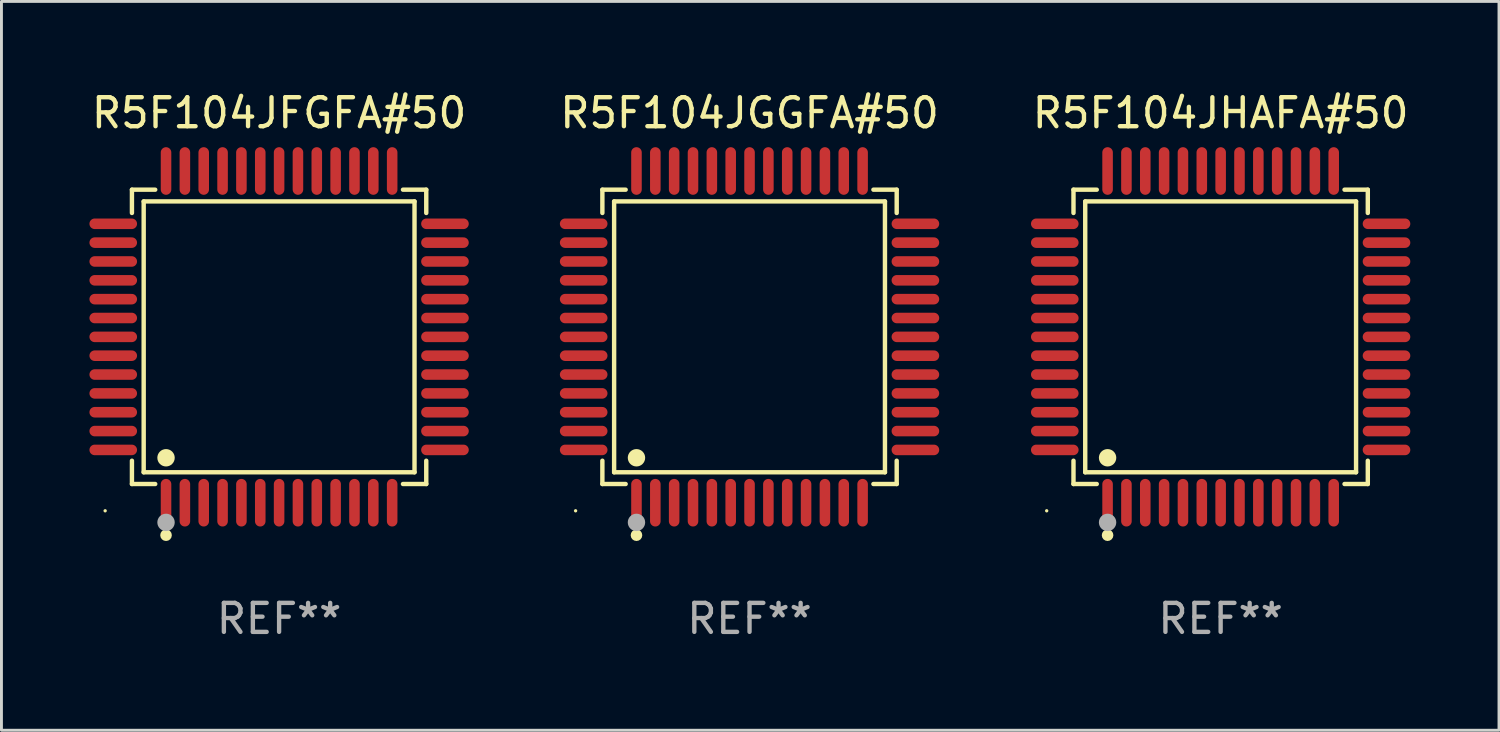
<source format=kicad_pcb>
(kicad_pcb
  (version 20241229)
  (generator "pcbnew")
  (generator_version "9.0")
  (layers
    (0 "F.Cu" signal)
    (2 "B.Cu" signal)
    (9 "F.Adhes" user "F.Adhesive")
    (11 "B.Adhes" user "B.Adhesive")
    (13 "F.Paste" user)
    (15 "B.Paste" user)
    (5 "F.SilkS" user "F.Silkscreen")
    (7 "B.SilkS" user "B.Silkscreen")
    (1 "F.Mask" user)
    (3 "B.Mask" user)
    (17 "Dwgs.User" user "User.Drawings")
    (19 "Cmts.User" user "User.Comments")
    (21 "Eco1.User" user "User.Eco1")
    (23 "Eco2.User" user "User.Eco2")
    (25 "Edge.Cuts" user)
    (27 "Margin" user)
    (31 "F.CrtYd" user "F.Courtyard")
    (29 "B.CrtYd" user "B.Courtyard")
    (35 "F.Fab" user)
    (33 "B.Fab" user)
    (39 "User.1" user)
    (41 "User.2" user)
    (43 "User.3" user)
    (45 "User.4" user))
  (footprint "R5F104JGGFA#50"
    (layer "F.Cu")
    (at 22.804 8.569)
    (property "Reference" "R5F104JGGFA#50" (at 0 -7.721 0) (layer "F.SilkS") (effects (font (size 1 1) (thickness 0.15))))
    (attr through_hole)
    (fp_line (start -5.076 -5.076) (end -4.273 -5.076) (stroke (width 0.152) (type solid)) (layer "F.SilkS"))
    (fp_line (start -5.076 -4.273) (end -5.076 -5.076) (stroke (width 0.152) (type solid)) (layer "F.SilkS"))
    (fp_line (start -5.076 4.273) (end -5.076 5.076) (stroke (width 0.152) (type solid)) (layer "F.SilkS"))
    (fp_line (start -5.076 5.076) (end -4.273 5.076) (stroke (width 0.152) (type solid)) (layer "F.SilkS"))
    (fp_line (start -4.671 -4.671) (end 4.671 -4.671) (stroke (width 0.152) (type solid)) (layer "F.SilkS"))
    (fp_line (start -4.671 4.671) (end -4.671 -4.671) (stroke (width 0.152) (type solid)) (layer "F.SilkS"))
    (fp_line (start 4.671 -4.671) (end 4.671 4.671) (stroke (width 0.152) (type solid)) (layer "F.SilkS"))
    (fp_line (start 4.671 4.671) (end -4.671 4.671) (stroke (width 0.152) (type solid)) (layer "F.SilkS"))
    (fp_line (start 5.076 -5.076) (end 4.273 -5.076) (stroke (width 0.152) (type solid)) (layer "F.SilkS"))
    (fp_line (start 5.076 -4.273) (end 5.076 -5.076) (stroke (width 0.152) (type solid)) (layer "F.SilkS"))
    (fp_line (start 5.076 4.273) (end 5.076 5.076) (stroke (width 0.152) (type solid)) (layer "F.SilkS"))
    (fp_line (start 5.076 5.076) (end 4.273 5.076) (stroke (width 0.152) (type solid)) (layer "F.SilkS"))
    (fp_circle (center -6 6) (end -5.97 6) (stroke (width 0.06) (type solid)) (fill no) (layer "F.SilkS"))
    (fp_circle (center -3.9 4.171) (end -3.75 4.171) (stroke (width 0.3) (type solid)) (fill no) (layer "F.SilkS"))
    (fp_circle (center -3.9 6.842) (end -3.8 6.842) (stroke (width 0.2) (type solid)) (fill no) (layer "F.SilkS"))
    (fp_circle (center -3.9 6.4) (end -3.75 6.4) (stroke (width 0.3) (type solid)) (fill no) (layer "F.Fab"))
    (fp_text user "REF**" (at 0 9.721 0) (layer "F.Fab") (effects (font (size 1 1) (thickness 0.15))))
    (pad "1" smd oval (at -3.9 5.721) (size 0.364 1.642) (layers "F.Cu" "F.Mask" "F.Paste"))
    (pad "2" smd oval (at -3.25 5.721) (size 0.364 1.642) (layers "F.Cu" "F.Mask" "F.Paste"))
    (pad "3" smd oval (at -2.6 5.721) (size 0.364 1.642) (layers "F.Cu" "F.Mask" "F.Paste"))
    (pad "4" smd oval (at -1.95 5.721) (size 0.364 1.642) (layers "F.Cu" "F.Mask" "F.Paste"))
    (pad "5" smd oval (at -1.3 5.721) (size 0.364 1.642) (layers "F.Cu" "F.Mask" "F.Paste"))
    (pad "6" smd oval (at -0.65 5.721) (size 0.364 1.642) (layers "F.Cu" "F.Mask" "F.Paste"))
    (pad "7" smd oval (at 0 5.721) (size 0.364 1.642) (layers "F.Cu" "F.Mask" "F.Paste"))
    (pad "8" smd oval (at 0.65 5.721) (size 0.364 1.642) (layers "F.Cu" "F.Mask" "F.Paste"))
    (pad "9" smd oval (at 1.3 5.721) (size 0.364 1.642) (layers "F.Cu" "F.Mask" "F.Paste"))
    (pad "10" smd oval (at 1.95 5.721) (size 0.364 1.642) (layers "F.Cu" "F.Mask" "F.Paste"))
    (pad "11" smd oval (at 2.6 5.721) (size 0.364 1.642) (layers "F.Cu" "F.Mask" "F.Paste"))
    (pad "12" smd oval (at 3.25 5.721) (size 0.364 1.642) (layers "F.Cu" "F.Mask" "F.Paste"))
    (pad "13" smd oval (at 3.9 5.721) (size 0.364 1.642) (layers "F.Cu" "F.Mask" "F.Paste"))
    (pad "14" smd oval (at 5.721 3.9) (size 1.642 0.364) (layers "F.Cu" "F.Mask" "F.Paste"))
    (pad "15" smd oval (at 5.721 3.25) (size 1.642 0.364) (layers "F.Cu" "F.Mask" "F.Paste"))
    (pad "16" smd oval (at 5.721 2.6) (size 1.642 0.364) (layers "F.Cu" "F.Mask" "F.Paste"))
    (pad "17" smd oval (at 5.721 1.95) (size 1.642 0.364) (layers "F.Cu" "F.Mask" "F.Paste"))
    (pad "18" smd oval (at 5.721 1.3) (size 1.642 0.364) (layers "F.Cu" "F.Mask" "F.Paste"))
    (pad "19" smd oval (at 5.721 0.65) (size 1.642 0.364) (layers "F.Cu" "F.Mask" "F.Paste"))
    (pad "20" smd oval (at 5.721 0) (size 1.642 0.364) (layers "F.Cu" "F.Mask" "F.Paste"))
    (pad "21" smd oval (at 5.721 -0.65) (size 1.642 0.364) (layers "F.Cu" "F.Mask" "F.Paste"))
    (pad "22" smd oval (at 5.721 -1.3) (size 1.642 0.364) (layers "F.Cu" "F.Mask" "F.Paste"))
    (pad "23" smd oval (at 5.721 -1.95) (size 1.642 0.364) (layers "F.Cu" "F.Mask" "F.Paste"))
    (pad "24" smd oval (at 5.721 -2.6) (size 1.642 0.364) (layers "F.Cu" "F.Mask" "F.Paste"))
    (pad "25" smd oval (at 5.721 -3.25) (size 1.642 0.364) (layers "F.Cu" "F.Mask" "F.Paste"))
    (pad "26" smd oval (at 5.721 -3.9) (size 1.642 0.364) (layers "F.Cu" "F.Mask" "F.Paste"))
    (pad "27" smd oval (at 3.9 -5.721) (size 0.364 1.642) (layers "F.Cu" "F.Mask" "F.Paste"))
    (pad "28" smd oval (at 3.25 -5.721) (size 0.364 1.642) (layers "F.Cu" "F.Mask" "F.Paste"))
    (pad "29" smd oval (at 2.6 -5.721) (size 0.364 1.642) (layers "F.Cu" "F.Mask" "F.Paste"))
    (pad "30" smd oval (at 1.95 -5.721) (size 0.364 1.642) (layers "F.Cu" "F.Mask" "F.Paste"))
    (pad "31" smd oval (at 1.3 -5.721) (size 0.364 1.642) (layers "F.Cu" "F.Mask" "F.Paste"))
    (pad "32" smd oval (at 0.65 -5.721) (size 0.364 1.642) (layers "F.Cu" "F.Mask" "F.Paste"))
    (pad "33" smd oval (at 0 -5.721) (size 0.364 1.642) (layers "F.Cu" "F.Mask" "F.Paste"))
    (pad "34" smd oval (at -0.65 -5.721) (size 0.364 1.642) (layers "F.Cu" "F.Mask" "F.Paste"))
    (pad "35" smd oval (at -1.3 -5.721) (size 0.364 1.642) (layers "F.Cu" "F.Mask" "F.Paste"))
    (pad "36" smd oval (at -1.95 -5.721) (size 0.364 1.642) (layers "F.Cu" "F.Mask" "F.Paste"))
    (pad "37" smd oval (at -2.6 -5.721) (size 0.364 1.642) (layers "F.Cu" "F.Mask" "F.Paste"))
    (pad "38" smd oval (at -3.25 -5.721) (size 0.364 1.642) (layers "F.Cu" "F.Mask" "F.Paste"))
    (pad "39" smd oval (at -3.9 -5.721) (size 0.364 1.642) (layers "F.Cu" "F.Mask" "F.Paste"))
    (pad "40" smd oval (at -5.721 -3.9) (size 1.642 0.364) (layers "F.Cu" "F.Mask" "F.Paste"))
    (pad "41" smd oval (at -5.721 -3.25) (size 1.642 0.364) (layers "F.Cu" "F.Mask" "F.Paste"))
    (pad "42" smd oval (at -5.721 -2.6) (size 1.642 0.364) (layers "F.Cu" "F.Mask" "F.Paste"))
    (pad "43" smd oval (at -5.721 -1.95) (size 1.642 0.364) (layers "F.Cu" "F.Mask" "F.Paste"))
    (pad "44" smd oval (at -5.721 -1.3) (size 1.642 0.364) (layers "F.Cu" "F.Mask" "F.Paste"))
    (pad "45" smd oval (at -5.721 -0.65) (size 1.642 0.364) (layers "F.Cu" "F.Mask" "F.Paste"))
    (pad "46" smd oval (at -5.721 0) (size 1.642 0.364) (layers "F.Cu" "F.Mask" "F.Paste"))
    (pad "47" smd oval (at -5.721 0.65) (size 1.642 0.364) (layers "F.Cu" "F.Mask" "F.Paste"))
    (pad "48" smd oval (at -5.721 1.3) (size 1.642 0.364) (layers "F.Cu" "F.Mask" "F.Paste"))
    (pad "49" smd oval (at -5.721 1.95) (size 1.642 0.364) (layers "F.Cu" "F.Mask" "F.Paste"))
    (pad "50" smd oval (at -5.721 2.6) (size 1.642 0.364) (layers "F.Cu" "F.Mask" "F.Paste"))
    (pad "51" smd oval (at -5.721 3.25) (size 1.642 0.364) (layers "F.Cu" "F.Mask" "F.Paste"))
    (pad "52" smd oval (at -5.721 3.9) (size 1.642 0.364) (layers "F.Cu" "F.Mask" "F.Paste")))
  (footprint "R5F104JFGFA#50"
    (layer "F.Cu")
    (at 6.577 8.569)
    (property "Reference" "R5F104JFGFA#50" (at 0 -7.721 0) (layer "F.SilkS") (effects (font (size 1 1) (thickness 0.15))))
    (attr through_hole)
    (fp_line (start -5.076 -5.076) (end -4.273 -5.076) (stroke (width 0.152) (type solid)) (layer "F.SilkS"))
    (fp_line (start -5.076 -4.273) (end -5.076 -5.076) (stroke (width 0.152) (type solid)) (layer "F.SilkS"))
    (fp_line (start -5.076 4.273) (end -5.076 5.076) (stroke (width 0.152) (type solid)) (layer "F.SilkS"))
    (fp_line (start -5.076 5.076) (end -4.273 5.076) (stroke (width 0.152) (type solid)) (layer "F.SilkS"))
    (fp_line (start -4.671 -4.671) (end 4.671 -4.671) (stroke (width 0.152) (type solid)) (layer "F.SilkS"))
    (fp_line (start -4.671 4.671) (end -4.671 -4.671) (stroke (width 0.152) (type solid)) (layer "F.SilkS"))
    (fp_line (start 4.671 -4.671) (end 4.671 4.671) (stroke (width 0.152) (type solid)) (layer "F.SilkS"))
    (fp_line (start 4.671 4.671) (end -4.671 4.671) (stroke (width 0.152) (type solid)) (layer "F.SilkS"))
    (fp_line (start 5.076 -5.076) (end 4.273 -5.076) (stroke (width 0.152) (type solid)) (layer "F.SilkS"))
    (fp_line (start 5.076 -4.273) (end 5.076 -5.076) (stroke (width 0.152) (type solid)) (layer "F.SilkS"))
    (fp_line (start 5.076 4.273) (end 5.076 5.076) (stroke (width 0.152) (type solid)) (layer "F.SilkS"))
    (fp_line (start 5.076 5.076) (end 4.273 5.076) (stroke (width 0.152) (type solid)) (layer "F.SilkS"))
    (fp_circle (center -6 6) (end -5.97 6) (stroke (width 0.06) (type solid)) (fill no) (layer "F.SilkS"))
    (fp_circle (center -3.9 4.171) (end -3.75 4.171) (stroke (width 0.3) (type solid)) (fill no) (layer "F.SilkS"))
    (fp_circle (center -3.9 6.842) (end -3.8 6.842) (stroke (width 0.2) (type solid)) (fill no) (layer "F.SilkS"))
    (fp_circle (center -3.9 6.4) (end -3.75 6.4) (stroke (width 0.3) (type solid)) (fill no) (layer "F.Fab"))
    (fp_text user "REF**" (at 0 9.721 0) (layer "F.Fab") (effects (font (size 1 1) (thickness 0.15))))
    (pad "1" smd oval (at -3.9 5.721) (size 0.364 1.642) (layers "F.Cu" "F.Mask" "F.Paste"))
    (pad "2" smd oval (at -3.25 5.721) (size 0.364 1.642) (layers "F.Cu" "F.Mask" "F.Paste"))
    (pad "3" smd oval (at -2.6 5.721) (size 0.364 1.642) (layers "F.Cu" "F.Mask" "F.Paste"))
    (pad "4" smd oval (at -1.95 5.721) (size 0.364 1.642) (layers "F.Cu" "F.Mask" "F.Paste"))
    (pad "5" smd oval (at -1.3 5.721) (size 0.364 1.642) (layers "F.Cu" "F.Mask" "F.Paste"))
    (pad "6" smd oval (at -0.65 5.721) (size 0.364 1.642) (layers "F.Cu" "F.Mask" "F.Paste"))
    (pad "7" smd oval (at 0 5.721) (size 0.364 1.642) (layers "F.Cu" "F.Mask" "F.Paste"))
    (pad "8" smd oval (at 0.65 5.721) (size 0.364 1.642) (layers "F.Cu" "F.Mask" "F.Paste"))
    (pad "9" smd oval (at 1.3 5.721) (size 0.364 1.642) (layers "F.Cu" "F.Mask" "F.Paste"))
    (pad "10" smd oval (at 1.95 5.721) (size 0.364 1.642) (layers "F.Cu" "F.Mask" "F.Paste"))
    (pad "11" smd oval (at 2.6 5.721) (size 0.364 1.642) (layers "F.Cu" "F.Mask" "F.Paste"))
    (pad "12" smd oval (at 3.25 5.721) (size 0.364 1.642) (layers "F.Cu" "F.Mask" "F.Paste"))
    (pad "13" smd oval (at 3.9 5.721) (size 0.364 1.642) (layers "F.Cu" "F.Mask" "F.Paste"))
    (pad "14" smd oval (at 5.721 3.9) (size 1.642 0.364) (layers "F.Cu" "F.Mask" "F.Paste"))
    (pad "15" smd oval (at 5.721 3.25) (size 1.642 0.364) (layers "F.Cu" "F.Mask" "F.Paste"))
    (pad "16" smd oval (at 5.721 2.6) (size 1.642 0.364) (layers "F.Cu" "F.Mask" "F.Paste"))
    (pad "17" smd oval (at 5.721 1.95) (size 1.642 0.364) (layers "F.Cu" "F.Mask" "F.Paste"))
    (pad "18" smd oval (at 5.721 1.3) (size 1.642 0.364) (layers "F.Cu" "F.Mask" "F.Paste"))
    (pad "19" smd oval (at 5.721 0.65) (size 1.642 0.364) (layers "F.Cu" "F.Mask" "F.Paste"))
    (pad "20" smd oval (at 5.721 0) (size 1.642 0.364) (layers "F.Cu" "F.Mask" "F.Paste"))
    (pad "21" smd oval (at 5.721 -0.65) (size 1.642 0.364) (layers "F.Cu" "F.Mask" "F.Paste"))
    (pad "22" smd oval (at 5.721 -1.3) (size 1.642 0.364) (layers "F.Cu" "F.Mask" "F.Paste"))
    (pad "23" smd oval (at 5.721 -1.95) (size 1.642 0.364) (layers "F.Cu" "F.Mask" "F.Paste"))
    (pad "24" smd oval (at 5.721 -2.6) (size 1.642 0.364) (layers "F.Cu" "F.Mask" "F.Paste"))
    (pad "25" smd oval (at 5.721 -3.25) (size 1.642 0.364) (layers "F.Cu" "F.Mask" "F.Paste"))
    (pad "26" smd oval (at 5.721 -3.9) (size 1.642 0.364) (layers "F.Cu" "F.Mask" "F.Paste"))
    (pad "27" smd oval (at 3.9 -5.721) (size 0.364 1.642) (layers "F.Cu" "F.Mask" "F.Paste"))
    (pad "28" smd oval (at 3.25 -5.721) (size 0.364 1.642) (layers "F.Cu" "F.Mask" "F.Paste"))
    (pad "29" smd oval (at 2.6 -5.721) (size 0.364 1.642) (layers "F.Cu" "F.Mask" "F.Paste"))
    (pad "30" smd oval (at 1.95 -5.721) (size 0.364 1.642) (layers "F.Cu" "F.Mask" "F.Paste"))
    (pad "31" smd oval (at 1.3 -5.721) (size 0.364 1.642) (layers "F.Cu" "F.Mask" "F.Paste"))
    (pad "32" smd oval (at 0.65 -5.721) (size 0.364 1.642) (layers "F.Cu" "F.Mask" "F.Paste"))
    (pad "33" smd oval (at 0 -5.721) (size 0.364 1.642) (layers "F.Cu" "F.Mask" "F.Paste"))
    (pad "34" smd oval (at -0.65 -5.721) (size 0.364 1.642) (layers "F.Cu" "F.Mask" "F.Paste"))
    (pad "35" smd oval (at -1.3 -5.721) (size 0.364 1.642) (layers "F.Cu" "F.Mask" "F.Paste"))
    (pad "36" smd oval (at -1.95 -5.721) (size 0.364 1.642) (layers "F.Cu" "F.Mask" "F.Paste"))
    (pad "37" smd oval (at -2.6 -5.721) (size 0.364 1.642) (layers "F.Cu" "F.Mask" "F.Paste"))
    (pad "38" smd oval (at -3.25 -5.721) (size 0.364 1.642) (layers "F.Cu" "F.Mask" "F.Paste"))
    (pad "39" smd oval (at -3.9 -5.721) (size 0.364 1.642) (layers "F.Cu" "F.Mask" "F.Paste"))
    (pad "40" smd oval (at -5.721 -3.9) (size 1.642 0.364) (layers "F.Cu" "F.Mask" "F.Paste"))
    (pad "41" smd oval (at -5.721 -3.25) (size 1.642 0.364) (layers "F.Cu" "F.Mask" "F.Paste"))
    (pad "42" smd oval (at -5.721 -2.6) (size 1.642 0.364) (layers "F.Cu" "F.Mask" "F.Paste"))
    (pad "43" smd oval (at -5.721 -1.95) (size 1.642 0.364) (layers "F.Cu" "F.Mask" "F.Paste"))
    (pad "44" smd oval (at -5.721 -1.3) (size 1.642 0.364) (layers "F.Cu" "F.Mask" "F.Paste"))
    (pad "45" smd oval (at -5.721 -0.65) (size 1.642 0.364) (layers "F.Cu" "F.Mask" "F.Paste"))
    (pad "46" smd oval (at -5.721 0) (size 1.642 0.364) (layers "F.Cu" "F.Mask" "F.Paste"))
    (pad "47" smd oval (at -5.721 0.65) (size 1.642 0.364) (layers "F.Cu" "F.Mask" "F.Paste"))
    (pad "48" smd oval (at -5.721 1.3) (size 1.642 0.364) (layers "F.Cu" "F.Mask" "F.Paste"))
    (pad "49" smd oval (at -5.721 1.95) (size 1.642 0.364) (layers "F.Cu" "F.Mask" "F.Paste"))
    (pad "50" smd oval (at -5.721 2.6) (size 1.642 0.364) (layers "F.Cu" "F.Mask" "F.Paste"))
    (pad "51" smd oval (at -5.721 3.25) (size 1.642 0.364) (layers "F.Cu" "F.Mask" "F.Paste"))
    (pad "52" smd oval (at -5.721 3.9) (size 1.642 0.364) (layers "F.Cu" "F.Mask" "F.Paste")))
  (footprint "R5F104JHAFA#50"
    (layer "F.Cu")
    (at 39.054 8.569)
    (property "Reference" "R5F104JHAFA#50" (at 0 -7.721 0) (layer "F.SilkS") (effects (font (size 1 1) (thickness 0.15))))
    (attr through_hole)
    (fp_line (start -5.076 -5.076) (end -4.273 -5.076) (stroke (width 0.152) (type solid)) (layer "F.SilkS"))
    (fp_line (start -5.076 -4.273) (end -5.076 -5.076) (stroke (width 0.152) (type solid)) (layer "F.SilkS"))
    (fp_line (start -5.076 4.273) (end -5.076 5.076) (stroke (width 0.152) (type solid)) (layer "F.SilkS"))
    (fp_line (start -5.076 5.076) (end -4.273 5.076) (stroke (width 0.152) (type solid)) (layer "F.SilkS"))
    (fp_line (start -4.671 -4.671) (end 4.671 -4.671) (stroke (width 0.152) (type solid)) (layer "F.SilkS"))
    (fp_line (start -4.671 4.671) (end -4.671 -4.671) (stroke (width 0.152) (type solid)) (layer "F.SilkS"))
    (fp_line (start 4.671 -4.671) (end 4.671 4.671) (stroke (width 0.152) (type solid)) (layer "F.SilkS"))
    (fp_line (start 4.671 4.671) (end -4.671 4.671) (stroke (width 0.152) (type solid)) (layer "F.SilkS"))
    (fp_line (start 5.076 -5.076) (end 4.273 -5.076) (stroke (width 0.152) (type solid)) (layer "F.SilkS"))
    (fp_line (start 5.076 -4.273) (end 5.076 -5.076) (stroke (width 0.152) (type solid)) (layer "F.SilkS"))
    (fp_line (start 5.076 4.273) (end 5.076 5.076) (stroke (width 0.152) (type solid)) (layer "F.SilkS"))
    (fp_line (start 5.076 5.076) (end 4.273 5.076) (stroke (width 0.152) (type solid)) (layer "F.SilkS"))
    (fp_circle (center -6 6) (end -5.97 6) (stroke (width 0.06) (type solid)) (fill no) (layer "F.SilkS"))
    (fp_circle (center -3.9 4.171) (end -3.75 4.171) (stroke (width 0.3) (type solid)) (fill no) (layer "F.SilkS"))
    (fp_circle (center -3.9 6.842) (end -3.8 6.842) (stroke (width 0.2) (type solid)) (fill no) (layer "F.SilkS"))
    (fp_circle (center -3.9 6.4) (end -3.75 6.4) (stroke (width 0.3) (type solid)) (fill no) (layer "F.Fab"))
    (fp_text user "REF**" (at 0 9.721 0) (layer "F.Fab") (effects (font (size 1 1) (thickness 0.15))))
    (pad "1" smd oval (at -3.9 5.721) (size 0.364 1.642) (layers "F.Cu" "F.Mask" "F.Paste"))
    (pad "2" smd oval (at -3.25 5.721) (size 0.364 1.642) (layers "F.Cu" "F.Mask" "F.Paste"))
    (pad "3" smd oval (at -2.6 5.721) (size 0.364 1.642) (layers "F.Cu" "F.Mask" "F.Paste"))
    (pad "4" smd oval (at -1.95 5.721) (size 0.364 1.642) (layers "F.Cu" "F.Mask" "F.Paste"))
    (pad "5" smd oval (at -1.3 5.721) (size 0.364 1.642) (layers "F.Cu" "F.Mask" "F.Paste"))
    (pad "6" smd oval (at -0.65 5.721) (size 0.364 1.642) (layers "F.Cu" "F.Mask" "F.Paste"))
    (pad "7" smd oval (at 0 5.721) (size 0.364 1.642) (layers "F.Cu" "F.Mask" "F.Paste"))
    (pad "8" smd oval (at 0.65 5.721) (size 0.364 1.642) (layers "F.Cu" "F.Mask" "F.Paste"))
    (pad "9" smd oval (at 1.3 5.721) (size 0.364 1.642) (layers "F.Cu" "F.Mask" "F.Paste"))
    (pad "10" smd oval (at 1.95 5.721) (size 0.364 1.642) (layers "F.Cu" "F.Mask" "F.Paste"))
    (pad "11" smd oval (at 2.6 5.721) (size 0.364 1.642) (layers "F.Cu" "F.Mask" "F.Paste"))
    (pad "12" smd oval (at 3.25 5.721) (size 0.364 1.642) (layers "F.Cu" "F.Mask" "F.Paste"))
    (pad "13" smd oval (at 3.9 5.721) (size 0.364 1.642) (layers "F.Cu" "F.Mask" "F.Paste"))
    (pad "14" smd oval (at 5.721 3.9) (size 1.642 0.364) (layers "F.Cu" "F.Mask" "F.Paste"))
    (pad "15" smd oval (at 5.721 3.25) (size 1.642 0.364) (layers "F.Cu" "F.Mask" "F.Paste"))
    (pad "16" smd oval (at 5.721 2.6) (size 1.642 0.364) (layers "F.Cu" "F.Mask" "F.Paste"))
    (pad "17" smd oval (at 5.721 1.95) (size 1.642 0.364) (layers "F.Cu" "F.Mask" "F.Paste"))
    (pad "18" smd oval (at 5.721 1.3) (size 1.642 0.364) (layers "F.Cu" "F.Mask" "F.Paste"))
    (pad "19" smd oval (at 5.721 0.65) (size 1.642 0.364) (layers "F.Cu" "F.Mask" "F.Paste"))
    (pad "20" smd oval (at 5.721 0) (size 1.642 0.364) (layers "F.Cu" "F.Mask" "F.Paste"))
    (pad "21" smd oval (at 5.721 -0.65) (size 1.642 0.364) (layers "F.Cu" "F.Mask" "F.Paste"))
    (pad "22" smd oval (at 5.721 -1.3) (size 1.642 0.364) (layers "F.Cu" "F.Mask" "F.Paste"))
    (pad "23" smd oval (at 5.721 -1.95) (size 1.642 0.364) (layers "F.Cu" "F.Mask" "F.Paste"))
    (pad "24" smd oval (at 5.721 -2.6) (size 1.642 0.364) (layers "F.Cu" "F.Mask" "F.Paste"))
    (pad "25" smd oval (at 5.721 -3.25) (size 1.642 0.364) (layers "F.Cu" "F.Mask" "F.Paste"))
    (pad "26" smd oval (at 5.721 -3.9) (size 1.642 0.364) (layers "F.Cu" "F.Mask" "F.Paste"))
    (pad "27" smd oval (at 3.9 -5.721) (size 0.364 1.642) (layers "F.Cu" "F.Mask" "F.Paste"))
    (pad "28" smd oval (at 3.25 -5.721) (size 0.364 1.642) (layers "F.Cu" "F.Mask" "F.Paste"))
    (pad "29" smd oval (at 2.6 -5.721) (size 0.364 1.642) (layers "F.Cu" "F.Mask" "F.Paste"))
    (pad "30" smd oval (at 1.95 -5.721) (size 0.364 1.642) (layers "F.Cu" "F.Mask" "F.Paste"))
    (pad "31" smd oval (at 1.3 -5.721) (size 0.364 1.642) (layers "F.Cu" "F.Mask" "F.Paste"))
    (pad "32" smd oval (at 0.65 -5.721) (size 0.364 1.642) (layers "F.Cu" "F.Mask" "F.Paste"))
    (pad "33" smd oval (at 0 -5.721) (size 0.364 1.642) (layers "F.Cu" "F.Mask" "F.Paste"))
    (pad "34" smd oval (at -0.65 -5.721) (size 0.364 1.642) (layers "F.Cu" "F.Mask" "F.Paste"))
    (pad "35" smd oval (at -1.3 -5.721) (size 0.364 1.642) (layers "F.Cu" "F.Mask" "F.Paste"))
    (pad "36" smd oval (at -1.95 -5.721) (size 0.364 1.642) (layers "F.Cu" "F.Mask" "F.Paste"))
    (pad "37" smd oval (at -2.6 -5.721) (size 0.364 1.642) (layers "F.Cu" "F.Mask" "F.Paste"))
    (pad "38" smd oval (at -3.25 -5.721) (size 0.364 1.642) (layers "F.Cu" "F.Mask" "F.Paste"))
    (pad "39" smd oval (at -3.9 -5.721) (size 0.364 1.642) (layers "F.Cu" "F.Mask" "F.Paste"))
    (pad "40" smd oval (at -5.721 -3.9) (size 1.642 0.364) (layers "F.Cu" "F.Mask" "F.Paste"))
    (pad "41" smd oval (at -5.721 -3.25) (size 1.642 0.364) (layers "F.Cu" "F.Mask" "F.Paste"))
    (pad "42" smd oval (at -5.721 -2.6) (size 1.642 0.364) (layers "F.Cu" "F.Mask" "F.Paste"))
    (pad "43" smd oval (at -5.721 -1.95) (size 1.642 0.364) (layers "F.Cu" "F.Mask" "F.Paste"))
    (pad "44" smd oval (at -5.721 -1.3) (size 1.642 0.364) (layers "F.Cu" "F.Mask" "F.Paste"))
    (pad "45" smd oval (at -5.721 -0.65) (size 1.642 0.364) (layers "F.Cu" "F.Mask" "F.Paste"))
    (pad "46" smd oval (at -5.721 0) (size 1.642 0.364) (layers "F.Cu" "F.Mask" "F.Paste"))
    (pad "47" smd oval (at -5.721 0.65) (size 1.642 0.364) (layers "F.Cu" "F.Mask" "F.Paste"))
    (pad "48" smd oval (at -5.721 1.3) (size 1.642 0.364) (layers "F.Cu" "F.Mask" "F.Paste"))
    (pad "49" smd oval (at -5.721 1.95) (size 1.642 0.364) (layers "F.Cu" "F.Mask" "F.Paste"))
    (pad "50" smd oval (at -5.721 2.6) (size 1.642 0.364) (layers "F.Cu" "F.Mask" "F.Paste"))
    (pad "51" smd oval (at -5.721 3.25) (size 1.642 0.364) (layers "F.Cu" "F.Mask" "F.Paste"))
    (pad "52" smd oval (at -5.721 3.9) (size 1.642 0.364) (layers "F.Cu" "F.Mask" "F.Paste")))
  (gr_rect
    (start -3 -3)
    (end 48.655 22.139)
    (stroke (width 0.1) (type default))
    (fill no)
    (layer "Edge.Cuts")))
</source>
